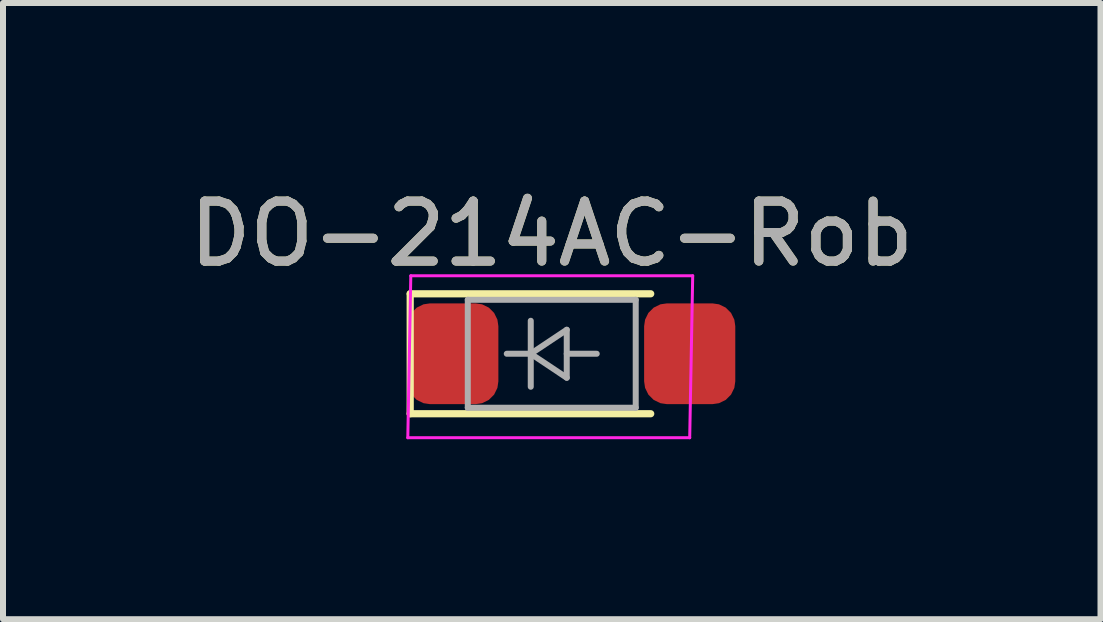
<source format=kicad_pcb>
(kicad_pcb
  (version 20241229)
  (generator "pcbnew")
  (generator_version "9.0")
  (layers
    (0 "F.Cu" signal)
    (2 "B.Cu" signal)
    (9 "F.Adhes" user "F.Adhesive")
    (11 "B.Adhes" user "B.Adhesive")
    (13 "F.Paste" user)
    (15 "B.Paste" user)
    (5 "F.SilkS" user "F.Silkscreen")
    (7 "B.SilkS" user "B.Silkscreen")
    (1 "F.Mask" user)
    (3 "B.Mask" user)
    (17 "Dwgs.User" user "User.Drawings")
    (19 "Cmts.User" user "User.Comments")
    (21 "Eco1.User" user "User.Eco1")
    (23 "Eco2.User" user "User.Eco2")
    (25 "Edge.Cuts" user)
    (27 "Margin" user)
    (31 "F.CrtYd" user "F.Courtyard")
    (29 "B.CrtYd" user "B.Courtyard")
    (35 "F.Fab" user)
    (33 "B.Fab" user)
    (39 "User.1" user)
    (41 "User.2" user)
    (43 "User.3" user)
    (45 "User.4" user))
  (footprint "DO-214AC-Rob"
    (layer "F.Cu")
    (at 6.149 2.848)
    (property "Reference" "DO-214AC-Rob" (at 0 -2 0) (layer "F.SilkS") (effects (font (size 1 1) (thickness 0.15))))
    (attr smd)
    (fp_line (start -2.36 -1) (end -2.36 1) (stroke (width 0.12) (type solid)) (layer "F.SilkS"))
    (fp_line (start -2.36 -1) (end 1.65 -1) (stroke (width 0.12) (type solid)) (layer "F.SilkS"))
    (fp_line (start -2.36 1) (end 1.65 1) (stroke (width 0.12) (type solid)) (layer "F.SilkS"))
    (fp_line (start -2.35 -1.3) (end -2.4 1.4) (stroke (width 0.05) (type solid)) (layer "F.CrtYd"))
    (fp_line (start -2.35 -1.3) (end 2.35 -1.3) (stroke (width 0.05) (type solid)) (layer "F.CrtYd"))
    (fp_line (start 2.3 1.4) (end -2.4 1.4) (stroke (width 0.05) (type solid)) (layer "F.CrtYd"))
    (fp_line (start 2.35 -1.3) (end 2.3 1.4) (stroke (width 0.05) (type solid)) (layer "F.CrtYd"))
    (fp_line (start -1.4 -0.9) (end 1.4 -0.9) (stroke (width 0.1) (type solid)) (layer "F.Fab"))
    (fp_line (start -1.4 0.9) (end -1.4 -0.9) (stroke (width 0.1) (type solid)) (layer "F.Fab"))
    (fp_line (start -0.75 0) (end -0.35 0) (stroke (width 0.1) (type solid)) (layer "F.Fab"))
    (fp_line (start -0.35 0) (end -0.35 -0.55) (stroke (width 0.1) (type solid)) (layer "F.Fab"))
    (fp_line (start -0.35 0) (end -0.35 0.55) (stroke (width 0.1) (type solid)) (layer "F.Fab"))
    (fp_line (start -0.35 0) (end 0.25 -0.4) (stroke (width 0.1) (type solid)) (layer "F.Fab"))
    (fp_line (start 0.25 -0.4) (end 0.25 0.4) (stroke (width 0.1) (type solid)) (layer "F.Fab"))
    (fp_line (start 0.25 0) (end 0.75 0) (stroke (width 0.1) (type solid)) (layer "F.Fab"))
    (fp_line (start 0.25 0.4) (end -0.35 0) (stroke (width 0.1) (type solid)) (layer "F.Fab"))
    (fp_line (start 1.4 -0.9) (end 1.4 0.9) (stroke (width 0.1) (type solid)) (layer "F.Fab"))
    (fp_line (start 1.4 0.9) (end -1.4 0.9) (stroke (width 0.1) (type solid)) (layer "F.Fab"))
    (fp_text user "${REFERENCE}" (at 0 -2 0) (layer "F.Fab") (effects (font (size 1 1) (thickness 0.15))))
    (pad "1" smd roundrect (at -1.65 0) (size 1.52 1.68) (layers "F.Cu" "F.Mask" "F.Paste") (roundrect_rratio 0.25))
    (pad "2" smd roundrect (at 2.3 0) (size 1.52 1.68) (layers "F.Cu" "F.Mask" "F.Paste") (roundrect_rratio 0.25)))
  (gr_rect
    (start -3 -3)
    (end 15.298 7.273)
    (stroke (width 0.1) (type default))
    (fill no)
    (layer "Edge.Cuts")))
</source>
